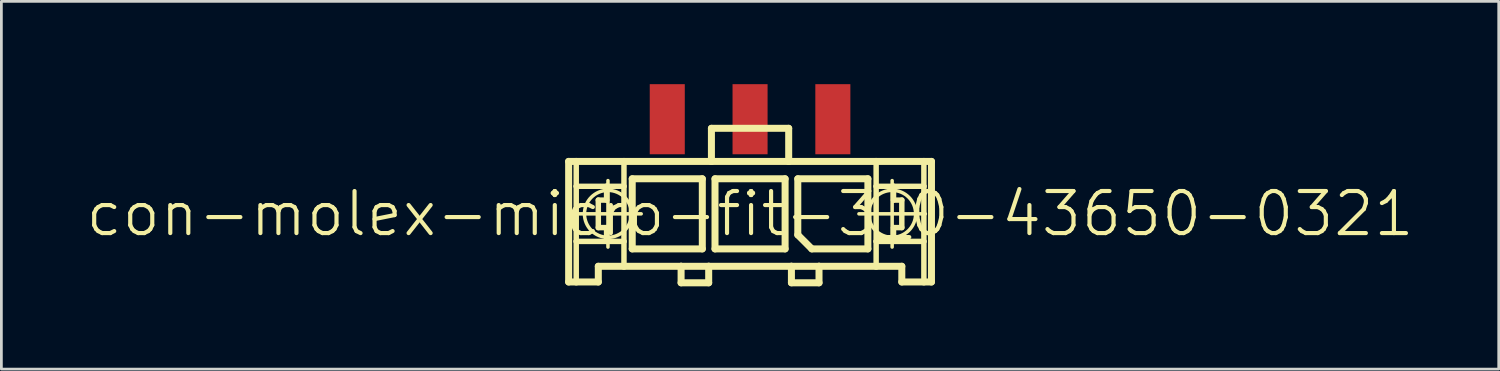
<source format=kicad_pcb>
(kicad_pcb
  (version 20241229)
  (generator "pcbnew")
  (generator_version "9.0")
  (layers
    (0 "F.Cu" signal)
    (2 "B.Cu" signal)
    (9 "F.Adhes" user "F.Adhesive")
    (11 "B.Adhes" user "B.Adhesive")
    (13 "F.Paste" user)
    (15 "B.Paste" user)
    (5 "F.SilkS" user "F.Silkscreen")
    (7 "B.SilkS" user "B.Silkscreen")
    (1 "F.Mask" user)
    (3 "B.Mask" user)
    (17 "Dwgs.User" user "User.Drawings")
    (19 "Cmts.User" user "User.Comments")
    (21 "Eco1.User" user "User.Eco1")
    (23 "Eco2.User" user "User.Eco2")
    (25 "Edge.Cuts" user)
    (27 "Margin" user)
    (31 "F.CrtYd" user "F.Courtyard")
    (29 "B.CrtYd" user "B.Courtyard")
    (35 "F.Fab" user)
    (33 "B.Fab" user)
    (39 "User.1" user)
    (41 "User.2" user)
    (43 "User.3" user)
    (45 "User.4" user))
  (footprint "con-molex-micro-fit-3_0-43650-0321"
    (layer "F.Cu")
    (at 24.13 4.699)
    (property "Reference" "con-molex-micro-fit-3_0-43650-0321" (at 0 0 0) (layer "F.SilkS") (effects (font (size 1.524 1.524) (thickness 0.15))))
    (attr smd)
    (fp_line (start -6.574 -1.9) (end -6.299 -1.9) (stroke (width 0.254) (type solid)) (layer "F.SilkS"))
    (fp_line (start -6.574 2.469) (end -6.574 -1.9) (stroke (width 0.254) (type solid)) (layer "F.SilkS"))
    (fp_line (start -6.353 0) (end -3.945 0) (stroke (width 0.127) (type solid)) (layer "F.SilkS"))
    (fp_line (start -6.299 -1.9) (end -4.569 -1.9) (stroke (width 0.254) (type solid)) (layer "F.SilkS"))
    (fp_line (start -6.299 -0.998) (end -6.299 -1.9) (stroke (width 0.198) (type solid)) (layer "F.SilkS"))
    (fp_line (start -6.299 0.998) (end -6.299 -0.998) (stroke (width 0.198) (type solid)) (layer "F.SilkS"))
    (fp_line (start -6.299 2.469) (end -6.574 2.469) (stroke (width 0.254) (type solid)) (layer "F.SilkS"))
    (fp_line (start -6.299 2.469) (end -6.299 0.998) (stroke (width 0.198) (type solid)) (layer "F.SilkS"))
    (fp_line (start -5.499 -0.498) (end -5.499 0.498) (stroke (width 0.198) (type solid)) (layer "F.SilkS"))
    (fp_line (start -5.499 0.498) (end -5.199 0.498) (stroke (width 0.198) (type solid)) (layer "F.SilkS"))
    (fp_line (start -5.499 1.9) (end -5.499 2.469) (stroke (width 0.254) (type solid)) (layer "F.SilkS"))
    (fp_line (start -5.499 2.469) (end -6.299 2.469) (stroke (width 0.254) (type solid)) (layer "F.SilkS"))
    (fp_line (start -5.199 -0.998) (end -6.299 -0.998) (stroke (width 0.198) (type solid)) (layer "F.SilkS"))
    (fp_line (start -5.199 -0.998) (end -5.199 -0.498) (stroke (width 0.198) (type solid)) (layer "F.SilkS"))
    (fp_line (start -5.199 -0.498) (end -5.499 -0.498) (stroke (width 0.198) (type solid)) (layer "F.SilkS"))
    (fp_line (start -5.199 0.498) (end -5.199 0.998) (stroke (width 0.198) (type solid)) (layer "F.SilkS"))
    (fp_line (start -5.199 0.998) (end -6.299 0.998) (stroke (width 0.198) (type solid)) (layer "F.SilkS"))
    (fp_line (start -5.149 1.204) (end -5.149 -1.204) (stroke (width 0.127) (type solid)) (layer "F.SilkS"))
    (fp_line (start -4.569 -1.9) (end -1.4 -1.9) (stroke (width 0.254) (type solid)) (layer "F.SilkS"))
    (fp_line (start -4.569 -0.998) (end -5.199 -0.998) (stroke (width 0.198) (type solid)) (layer "F.SilkS"))
    (fp_line (start -4.569 -0.998) (end -4.569 -1.9) (stroke (width 0.198) (type solid)) (layer "F.SilkS"))
    (fp_line (start -4.569 0.998) (end -5.199 0.998) (stroke (width 0.198) (type solid)) (layer "F.SilkS"))
    (fp_line (start -4.569 0.998) (end -4.569 -0.998) (stroke (width 0.198) (type solid)) (layer "F.SilkS"))
    (fp_line (start -4.569 1.9) (end -5.499 1.9) (stroke (width 0.254) (type solid)) (layer "F.SilkS"))
    (fp_line (start -4.569 1.9) (end -4.569 0.998) (stroke (width 0.198) (type solid)) (layer "F.SilkS"))
    (fp_line (start -4.27 -1.27) (end -1.73 -1.27) (stroke (width 0.254) (type solid)) (layer "F.SilkS"))
    (fp_line (start -4.27 1.27) (end -4.27 -1.27) (stroke (width 0.254) (type solid)) (layer "F.SilkS"))
    (fp_line (start -2.499 1.9) (end -4.569 1.9) (stroke (width 0.254) (type solid)) (layer "F.SilkS"))
    (fp_line (start -2.499 1.9) (end -2.499 2.499) (stroke (width 0.254) (type solid)) (layer "F.SilkS"))
    (fp_line (start -2.499 2.499) (end -1.499 2.499) (stroke (width 0.254) (type solid)) (layer "F.SilkS"))
    (fp_line (start -1.73 -1.27) (end -1.73 1.27) (stroke (width 0.254) (type solid)) (layer "F.SilkS"))
    (fp_line (start -1.73 1.27) (end -4.27 1.27) (stroke (width 0.254) (type solid)) (layer "F.SilkS"))
    (fp_line (start -1.499 1.9) (end -2.499 1.9) (stroke (width 0.254) (type solid)) (layer "F.SilkS"))
    (fp_line (start -1.499 2.499) (end -1.499 1.9) (stroke (width 0.254) (type solid)) (layer "F.SilkS"))
    (fp_line (start -1.4 -3.099) (end -1.4 -1.9) (stroke (width 0.254) (type solid)) (layer "F.SilkS"))
    (fp_line (start -1.4 -3.099) (end 1.4 -3.099) (stroke (width 0.254) (type solid)) (layer "F.SilkS"))
    (fp_line (start -1.4 -1.9) (end 1.4 -1.9) (stroke (width 0.254) (type solid)) (layer "F.SilkS"))
    (fp_line (start -1.27 -1.27) (end 1.27 -1.27) (stroke (width 0.254) (type solid)) (layer "F.SilkS"))
    (fp_line (start -1.27 1.27) (end -1.27 -1.27) (stroke (width 0.254) (type solid)) (layer "F.SilkS"))
    (fp_line (start 1.27 -1.27) (end 1.27 1.27) (stroke (width 0.254) (type solid)) (layer "F.SilkS"))
    (fp_line (start 1.27 1.27) (end -1.27 1.27) (stroke (width 0.254) (type solid)) (layer "F.SilkS"))
    (fp_line (start 1.4 -3.099) (end 1.4 -1.9) (stroke (width 0.254) (type solid)) (layer "F.SilkS"))
    (fp_line (start 1.4 -1.9) (end 4.569 -1.9) (stroke (width 0.254) (type solid)) (layer "F.SilkS"))
    (fp_line (start 1.499 1.9) (end -1.499 1.9) (stroke (width 0.254) (type solid)) (layer "F.SilkS"))
    (fp_line (start 1.499 1.9) (end 1.499 2.499) (stroke (width 0.254) (type solid)) (layer "F.SilkS"))
    (fp_line (start 1.499 2.499) (end 2.499 2.499) (stroke (width 0.254) (type solid)) (layer "F.SilkS"))
    (fp_line (start 1.73 -1.27) (end 4.27 -1.27) (stroke (width 0.254) (type solid)) (layer "F.SilkS"))
    (fp_line (start 1.73 0.762) (end 1.73 -1.27) (stroke (width 0.254) (type solid)) (layer "F.SilkS"))
    (fp_line (start 2.238 1.27) (end 1.73 0.762) (stroke (width 0.254) (type solid)) (layer "F.SilkS"))
    (fp_line (start 2.499 1.9) (end 1.499 1.9) (stroke (width 0.254) (type solid)) (layer "F.SilkS"))
    (fp_line (start 2.499 2.499) (end 2.499 1.9) (stroke (width 0.254) (type solid)) (layer "F.SilkS"))
    (fp_line (start 3.945 0) (end 6.353 0) (stroke (width 0.127) (type solid)) (layer "F.SilkS"))
    (fp_line (start 4.27 -1.27) (end 4.27 1.27) (stroke (width 0.254) (type solid)) (layer "F.SilkS"))
    (fp_line (start 4.27 1.27) (end 2.238 1.27) (stroke (width 0.254) (type solid)) (layer "F.SilkS"))
    (fp_line (start 4.569 -1.9) (end 4.569 -0.998) (stroke (width 0.198) (type solid)) (layer "F.SilkS"))
    (fp_line (start 4.569 -1.9) (end 6.299 -1.9) (stroke (width 0.254) (type solid)) (layer "F.SilkS"))
    (fp_line (start 4.569 -0.998) (end 4.569 0.998) (stroke (width 0.198) (type solid)) (layer "F.SilkS"))
    (fp_line (start 4.569 -0.998) (end 5.199 -0.998) (stroke (width 0.198) (type solid)) (layer "F.SilkS"))
    (fp_line (start 4.569 0.998) (end 4.569 1.9) (stroke (width 0.198) (type solid)) (layer "F.SilkS"))
    (fp_line (start 4.569 0.998) (end 5.199 0.998) (stroke (width 0.198) (type solid)) (layer "F.SilkS"))
    (fp_line (start 4.569 1.9) (end 2.499 1.9) (stroke (width 0.254) (type solid)) (layer "F.SilkS"))
    (fp_line (start 5.149 1.204) (end 5.149 -1.204) (stroke (width 0.127) (type solid)) (layer "F.SilkS"))
    (fp_line (start 5.199 -0.998) (end 5.199 -0.498) (stroke (width 0.198) (type solid)) (layer "F.SilkS"))
    (fp_line (start 5.199 -0.998) (end 6.299 -0.998) (stroke (width 0.198) (type solid)) (layer "F.SilkS"))
    (fp_line (start 5.199 -0.498) (end 5.499 -0.498) (stroke (width 0.198) (type solid)) (layer "F.SilkS"))
    (fp_line (start 5.199 0.498) (end 5.199 0.998) (stroke (width 0.198) (type solid)) (layer "F.SilkS"))
    (fp_line (start 5.199 0.998) (end 6.299 0.998) (stroke (width 0.198) (type solid)) (layer "F.SilkS"))
    (fp_line (start 5.499 -0.498) (end 5.499 0.498) (stroke (width 0.198) (type solid)) (layer "F.SilkS"))
    (fp_line (start 5.499 0.498) (end 5.199 0.498) (stroke (width 0.198) (type solid)) (layer "F.SilkS"))
    (fp_line (start 5.499 1.9) (end 4.569 1.9) (stroke (width 0.254) (type solid)) (layer "F.SilkS"))
    (fp_line (start 5.499 2.469) (end 5.499 1.9) (stroke (width 0.254) (type solid)) (layer "F.SilkS"))
    (fp_line (start 5.499 2.469) (end 6.299 2.469) (stroke (width 0.254) (type solid)) (layer "F.SilkS"))
    (fp_line (start 6.299 -1.9) (end 6.574 -1.9) (stroke (width 0.254) (type solid)) (layer "F.SilkS"))
    (fp_line (start 6.299 -0.998) (end 6.299 -1.9) (stroke (width 0.198) (type solid)) (layer "F.SilkS"))
    (fp_line (start 6.299 0.998) (end 6.299 -0.998) (stroke (width 0.198) (type solid)) (layer "F.SilkS"))
    (fp_line (start 6.299 2.469) (end 6.299 0.998) (stroke (width 0.198) (type solid)) (layer "F.SilkS"))
    (fp_line (start 6.299 2.469) (end 6.574 2.469) (stroke (width 0.254) (type solid)) (layer "F.SilkS"))
    (fp_line (start 6.574 -1.9) (end 6.574 2.469) (stroke (width 0.254) (type solid)) (layer "F.SilkS"))
    (fp_circle (center -5.149 0) (end -5.751 0.602) (stroke (width 0.127) (type solid)) (fill no) (layer "F.SilkS"))
    (fp_circle (center 5.149 0) (end 5.751 0.602) (stroke (width 0.127) (type solid)) (fill no) (layer "F.SilkS"))
    (pad "P$1" smd rect (at 3 -3.429) (size 1.27 2.54) (layers "F.Cu" "F.Mask" "F.Paste"))
    (pad "P$2" smd rect (at 0 -3.429) (size 1.27 2.54) (layers "F.Cu" "F.Mask" "F.Paste"))
    (pad "P$3" smd rect (at -3 -3.429) (size 1.27 2.54) (layers "F.Cu" "F.Mask" "F.Paste")))
  (gr_rect
    (start -3 -3)
    (end 51.26 10.325)
    (stroke (width 0.1) (type default))
    (fill no)
    (layer "Edge.Cuts")))
</source>
